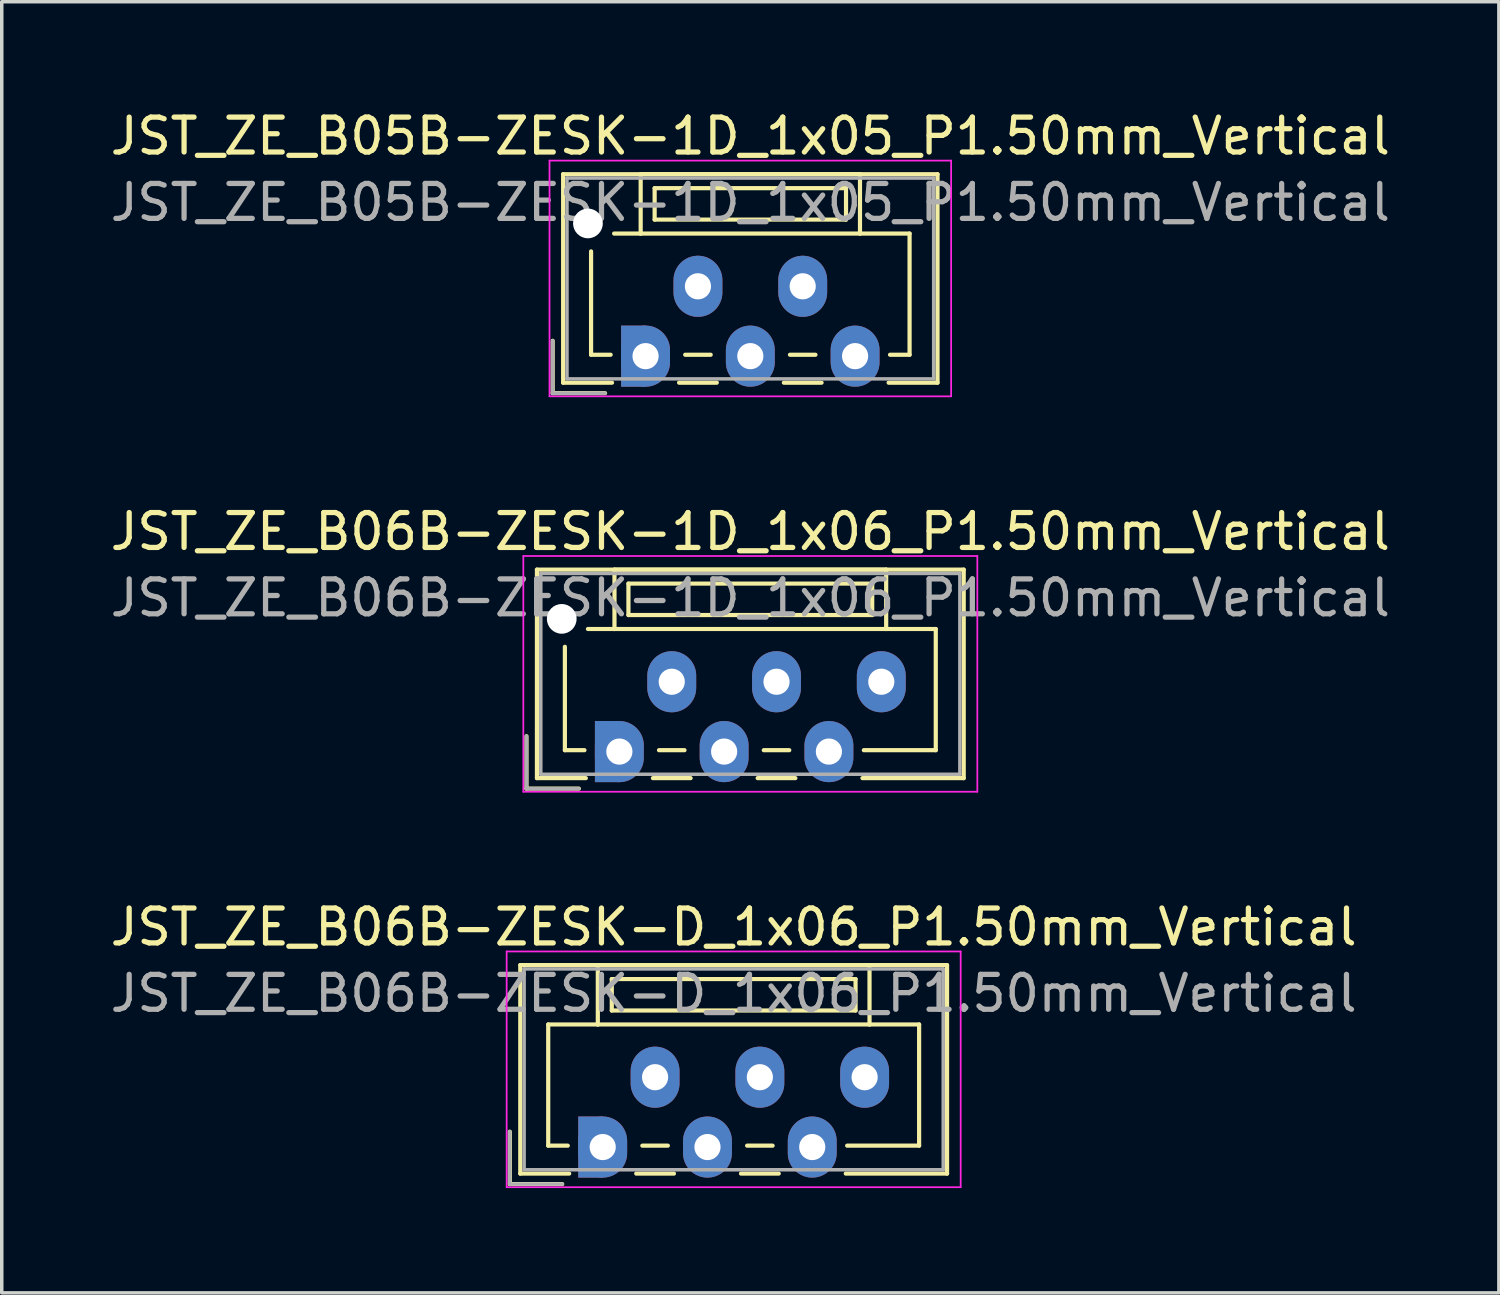
<source format=kicad_pcb>
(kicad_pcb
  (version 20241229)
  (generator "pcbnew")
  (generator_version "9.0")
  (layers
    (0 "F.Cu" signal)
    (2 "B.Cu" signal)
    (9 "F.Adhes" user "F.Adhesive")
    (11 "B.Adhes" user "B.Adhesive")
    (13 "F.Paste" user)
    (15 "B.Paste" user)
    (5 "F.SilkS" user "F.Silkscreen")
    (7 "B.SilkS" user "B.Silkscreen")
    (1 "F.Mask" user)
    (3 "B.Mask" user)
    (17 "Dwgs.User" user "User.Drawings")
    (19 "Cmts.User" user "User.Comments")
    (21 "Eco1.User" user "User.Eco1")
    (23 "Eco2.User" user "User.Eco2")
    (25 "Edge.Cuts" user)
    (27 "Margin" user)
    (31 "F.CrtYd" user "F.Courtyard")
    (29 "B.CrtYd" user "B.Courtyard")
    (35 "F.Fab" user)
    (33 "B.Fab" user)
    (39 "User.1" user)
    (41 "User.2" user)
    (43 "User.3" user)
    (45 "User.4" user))
  (footprint "JST_ZE_B06B-ZESK-1D_1x06_P1.50mm_Vertical"
    (layer "F.Cu")
    (at 14.685 18.471)
    (property "Reference" "JST_ZE_B06B-ZESK-1D_1x06_P1.50mm_Vertical" (at 3.75 -6.3 0) (layer "F.SilkS") (effects (font (size 1 1) (thickness 0.15))))
    (attr through_hole)
    (fp_line (start -2.66 -0.44) (end -2.66 1.06) (stroke (width 0.12) (type solid)) (layer "F.SilkS"))
    (fp_line (start -2.66 1.06) (end -1.16 1.06) (stroke (width 0.12) (type solid)) (layer "F.SilkS"))
    (fp_line (start -2.36 -5.21) (end 9.86 -5.21) (stroke (width 0.12) (type solid)) (layer "F.SilkS"))
    (fp_line (start -2.36 0.76) (end -2.36 -5.21) (stroke (width 0.12) (type solid)) (layer "F.SilkS"))
    (fp_line (start -1.56 -3) (end -1.56 -0.04) (stroke (width 0.12) (type solid)) (layer "F.SilkS"))
    (fp_line (start -1.56 -0.04) (end -1 -0.04) (stroke (width 0.12) (type solid)) (layer "F.SilkS"))
    (fp_line (start -0.96 0.76) (end -2.36 0.76) (stroke (width 0.12) (type solid)) (layer "F.SilkS"))
    (fp_line (start -0.14 -5.21) (end -0.14 -3.51) (stroke (width 0.12) (type solid)) (layer "F.SilkS"))
    (fp_line (start -0.14 -3.51) (end -0.9 -3.51) (stroke (width 0.12) (type solid)) (layer "F.SilkS"))
    (fp_line (start -0.14 -3.51) (end 7.64 -3.51) (stroke (width 0.12) (type solid)) (layer "F.SilkS"))
    (fp_line (start 0.26 -4.81) (end 0.26 -3.91) (stroke (width 0.12) (type solid)) (layer "F.SilkS"))
    (fp_line (start 0.26 -3.91) (end 7.24 -3.91) (stroke (width 0.12) (type solid)) (layer "F.SilkS"))
    (fp_line (start 0.96 0.76) (end 2.04 0.76) (stroke (width 0.12) (type solid)) (layer "F.SilkS"))
    (fp_line (start 1.135 -0.04) (end 1.865 -0.04) (stroke (width 0.12) (type solid)) (layer "F.SilkS"))
    (fp_line (start 3.96 0.76) (end 5.04 0.76) (stroke (width 0.12) (type solid)) (layer "F.SilkS"))
    (fp_line (start 4.135 -0.04) (end 4.865 -0.04) (stroke (width 0.12) (type solid)) (layer "F.SilkS"))
    (fp_line (start 7.24 -4.81) (end 0.26 -4.81) (stroke (width 0.12) (type solid)) (layer "F.SilkS"))
    (fp_line (start 7.24 -3.91) (end 7.24 -4.81) (stroke (width 0.12) (type solid)) (layer "F.SilkS"))
    (fp_line (start 7.64 -5.21) (end -0.14 -5.21) (stroke (width 0.12) (type solid)) (layer "F.SilkS"))
    (fp_line (start 7.64 -3.51) (end 7.64 -5.21) (stroke (width 0.12) (type solid)) (layer "F.SilkS"))
    (fp_line (start 7.64 -3.51) (end 9.06 -3.51) (stroke (width 0.12) (type solid)) (layer "F.SilkS"))
    (fp_line (start 9.06 -3.51) (end 9.06 -0.04) (stroke (width 0.12) (type solid)) (layer "F.SilkS"))
    (fp_line (start 9.06 -0.04) (end 7 -0.04) (stroke (width 0.12) (type solid)) (layer "F.SilkS"))
    (fp_line (start 9.86 -5.21) (end 9.86 0.76) (stroke (width 0.12) (type solid)) (layer "F.SilkS"))
    (fp_line (start 9.86 0.76) (end 6.96 0.76) (stroke (width 0.12) (type solid)) (layer "F.SilkS"))
    (fp_line (start -2.75 -5.6) (end -2.75 1.15) (stroke (width 0.05) (type solid)) (layer "F.CrtYd"))
    (fp_line (start -2.75 1.15) (end 10.25 1.15) (stroke (width 0.05) (type solid)) (layer "F.CrtYd"))
    (fp_line (start 10.25 -5.6) (end -2.75 -5.6) (stroke (width 0.05) (type solid)) (layer "F.CrtYd"))
    (fp_line (start 10.25 1.15) (end 10.25 -5.6) (stroke (width 0.05) (type solid)) (layer "F.CrtYd"))
    (fp_line (start -2.66 -0.44) (end -2.66 1.06) (stroke (width 0.1) (type solid)) (layer "F.Fab"))
    (fp_line (start -2.66 1.06) (end -1.16 1.06) (stroke (width 0.1) (type solid)) (layer "F.Fab"))
    (fp_line (start -2.25 -5.1) (end -2.25 0.65) (stroke (width 0.1) (type solid)) (layer "F.Fab"))
    (fp_line (start -2.25 0.65) (end 9.75 0.65) (stroke (width 0.1) (type solid)) (layer "F.Fab"))
    (fp_line (start 9.75 -5.1) (end -2.25 -5.1) (stroke (width 0.1) (type solid)) (layer "F.Fab"))
    (fp_line (start 9.75 0.65) (end 9.75 -5.1) (stroke (width 0.1) (type solid)) (layer "F.Fab"))
    (fp_text user "${REFERENCE}" (at 3.75 -4.4 0) (layer "F.Fab") (effects (font (size 1 1) (thickness 0.15))))
    (pad "" np_thru_hole circle (at -1.65 -3.8) (size 0.85 0.85) (drill 0.85) (layers "*.Cu" "*.Mask"))
    (pad "1" smd rect (at -0.35 0) (size 0.7 1.75) (layers "F.Cu" "F.Mask"))
    (pad "1" smd rect (at -0.35 0) (size 0.7 1.75) (layers "B.Cu" "B.Mask"))
    (pad "1" thru_hole oval (at 0 0) (size 1.4 1.75) (drill 0.75) (layers "*.Cu" "*.Mask"))
    (pad "2" thru_hole oval (at 1.5 -2) (size 1.4 1.75) (drill 0.75) (layers "*.Cu" "*.Mask"))
    (pad "3" thru_hole oval (at 3 0) (size 1.4 1.75) (drill 0.75) (layers "*.Cu" "*.Mask"))
    (pad "4" thru_hole oval (at 4.5 -2) (size 1.4 1.75) (drill 0.75) (layers "*.Cu" "*.Mask"))
    (pad "5" thru_hole oval (at 6 0) (size 1.4 1.75) (drill 0.75) (layers "*.Cu" "*.Mask"))
    (pad "6" thru_hole oval (at 7.5 -2) (size 1.4 1.75) (drill 0.75) (layers "*.Cu" "*.Mask")))
  (footprint "JST_ZE_B06B-ZESK-D_1x06_P1.50mm_Vertical"
    (layer "F.Cu")
    (at 14.208 29.795)
    (property "Reference" "JST_ZE_B06B-ZESK-D_1x06_P1.50mm_Vertical" (at 3.75 -6.3 0) (layer "F.SilkS") (effects (font (size 1 1) (thickness 0.15))))
    (attr through_hole)
    (fp_line (start -2.66 -0.44) (end -2.66 1.06) (stroke (width 0.12) (type solid)) (layer "F.SilkS"))
    (fp_line (start -2.66 1.06) (end -1.16 1.06) (stroke (width 0.12) (type solid)) (layer "F.SilkS"))
    (fp_line (start -2.36 -5.21) (end 9.86 -5.21) (stroke (width 0.12) (type solid)) (layer "F.SilkS"))
    (fp_line (start -2.36 0.76) (end -2.36 -5.21) (stroke (width 0.12) (type solid)) (layer "F.SilkS"))
    (fp_line (start -1.56 -3.51) (end -1.56 -0.04) (stroke (width 0.12) (type solid)) (layer "F.SilkS"))
    (fp_line (start -1.56 -0.04) (end -1 -0.04) (stroke (width 0.12) (type solid)) (layer "F.SilkS"))
    (fp_line (start -0.96 0.76) (end -2.36 0.76) (stroke (width 0.12) (type solid)) (layer "F.SilkS"))
    (fp_line (start -0.14 -5.21) (end -0.14 -3.51) (stroke (width 0.12) (type solid)) (layer "F.SilkS"))
    (fp_line (start -0.14 -3.51) (end -1.56 -3.51) (stroke (width 0.12) (type solid)) (layer "F.SilkS"))
    (fp_line (start -0.14 -3.51) (end 7.64 -3.51) (stroke (width 0.12) (type solid)) (layer "F.SilkS"))
    (fp_line (start 0.26 -4.81) (end 0.26 -3.91) (stroke (width 0.12) (type solid)) (layer "F.SilkS"))
    (fp_line (start 0.26 -3.91) (end 7.24 -3.91) (stroke (width 0.12) (type solid)) (layer "F.SilkS"))
    (fp_line (start 0.96 0.76) (end 2.04 0.76) (stroke (width 0.12) (type solid)) (layer "F.SilkS"))
    (fp_line (start 1.135 -0.04) (end 1.865 -0.04) (stroke (width 0.12) (type solid)) (layer "F.SilkS"))
    (fp_line (start 3.96 0.76) (end 5.04 0.76) (stroke (width 0.12) (type solid)) (layer "F.SilkS"))
    (fp_line (start 4.135 -0.04) (end 4.865 -0.04) (stroke (width 0.12) (type solid)) (layer "F.SilkS"))
    (fp_line (start 7.24 -4.81) (end 0.26 -4.81) (stroke (width 0.12) (type solid)) (layer "F.SilkS"))
    (fp_line (start 7.24 -3.91) (end 7.24 -4.81) (stroke (width 0.12) (type solid)) (layer "F.SilkS"))
    (fp_line (start 7.64 -5.21) (end -0.14 -5.21) (stroke (width 0.12) (type solid)) (layer "F.SilkS"))
    (fp_line (start 7.64 -3.51) (end 7.64 -5.21) (stroke (width 0.12) (type solid)) (layer "F.SilkS"))
    (fp_line (start 7.64 -3.51) (end 9.06 -3.51) (stroke (width 0.12) (type solid)) (layer "F.SilkS"))
    (fp_line (start 9.06 -3.51) (end 9.06 -0.04) (stroke (width 0.12) (type solid)) (layer "F.SilkS"))
    (fp_line (start 9.06 -0.04) (end 7 -0.04) (stroke (width 0.12) (type solid)) (layer "F.SilkS"))
    (fp_line (start 9.86 -5.21) (end 9.86 0.76) (stroke (width 0.12) (type solid)) (layer "F.SilkS"))
    (fp_line (start 9.86 0.76) (end 6.96 0.76) (stroke (width 0.12) (type solid)) (layer "F.SilkS"))
    (fp_line (start -2.75 -5.6) (end -2.75 1.15) (stroke (width 0.05) (type solid)) (layer "F.CrtYd"))
    (fp_line (start -2.75 1.15) (end 10.25 1.15) (stroke (width 0.05) (type solid)) (layer "F.CrtYd"))
    (fp_line (start 10.25 -5.6) (end -2.75 -5.6) (stroke (width 0.05) (type solid)) (layer "F.CrtYd"))
    (fp_line (start 10.25 1.15) (end 10.25 -5.6) (stroke (width 0.05) (type solid)) (layer "F.CrtYd"))
    (fp_line (start -2.66 -0.44) (end -2.66 1.06) (stroke (width 0.1) (type solid)) (layer "F.Fab"))
    (fp_line (start -2.66 1.06) (end -1.16 1.06) (stroke (width 0.1) (type solid)) (layer "F.Fab"))
    (fp_line (start -2.25 -5.1) (end -2.25 0.65) (stroke (width 0.1) (type solid)) (layer "F.Fab"))
    (fp_line (start -2.25 0.65) (end 9.75 0.65) (stroke (width 0.1) (type solid)) (layer "F.Fab"))
    (fp_line (start 9.75 -5.1) (end -2.25 -5.1) (stroke (width 0.1) (type solid)) (layer "F.Fab"))
    (fp_line (start 9.75 0.65) (end 9.75 -5.1) (stroke (width 0.1) (type solid)) (layer "F.Fab"))
    (fp_text user "${REFERENCE}" (at 3.75 -4.4 0) (layer "F.Fab") (effects (font (size 1 1) (thickness 0.15))))
    (pad "1" smd rect (at -0.35 0) (size 0.7 1.75) (layers "F.Cu" "F.Mask"))
    (pad "1" smd rect (at -0.35 0) (size 0.7 1.75) (layers "B.Cu" "B.Mask"))
    (pad "1" thru_hole oval (at 0 0) (size 1.4 1.75) (drill 0.75) (layers "*.Cu" "*.Mask"))
    (pad "2" thru_hole oval (at 1.5 -2) (size 1.4 1.75) (drill 0.75) (layers "*.Cu" "*.Mask"))
    (pad "3" thru_hole oval (at 3 0) (size 1.4 1.75) (drill 0.75) (layers "*.Cu" "*.Mask"))
    (pad "4" thru_hole oval (at 4.5 -2) (size 1.4 1.75) (drill 0.75) (layers "*.Cu" "*.Mask"))
    (pad "5" thru_hole oval (at 6 0) (size 1.4 1.75) (drill 0.75) (layers "*.Cu" "*.Mask"))
    (pad "6" thru_hole oval (at 7.5 -2) (size 1.4 1.75) (drill 0.75) (layers "*.Cu" "*.Mask")))
  (footprint "JST_ZE_B05B-ZESK-1D_1x05_P1.50mm_Vertical"
    (layer "F.Cu")
    (at 15.435 7.148)
    (property "Reference" "JST_ZE_B05B-ZESK-1D_1x05_P1.50mm_Vertical" (at 3 -6.3 0) (layer "F.SilkS") (effects (font (size 1 1) (thickness 0.15))))
    (attr through_hole)
    (fp_line (start -2.66 -0.44) (end -2.66 1.06) (stroke (width 0.12) (type solid)) (layer "F.SilkS"))
    (fp_line (start -2.66 1.06) (end -1.16 1.06) (stroke (width 0.12) (type solid)) (layer "F.SilkS"))
    (fp_line (start -2.36 -5.21) (end 8.36 -5.21) (stroke (width 0.12) (type solid)) (layer "F.SilkS"))
    (fp_line (start -2.36 0.76) (end -2.36 -5.21) (stroke (width 0.12) (type solid)) (layer "F.SilkS"))
    (fp_line (start -1.56 -3) (end -1.56 -0.04) (stroke (width 0.12) (type solid)) (layer "F.SilkS"))
    (fp_line (start -1.56 -0.04) (end -1 -0.04) (stroke (width 0.12) (type solid)) (layer "F.SilkS"))
    (fp_line (start -0.96 0.76) (end -2.36 0.76) (stroke (width 0.12) (type solid)) (layer "F.SilkS"))
    (fp_line (start -0.14 -5.21) (end -0.14 -3.51) (stroke (width 0.12) (type solid)) (layer "F.SilkS"))
    (fp_line (start -0.14 -3.51) (end -0.9 -3.51) (stroke (width 0.12) (type solid)) (layer "F.SilkS"))
    (fp_line (start -0.14 -3.51) (end 6.14 -3.51) (stroke (width 0.12) (type solid)) (layer "F.SilkS"))
    (fp_line (start 0.26 -4.81) (end 0.26 -3.91) (stroke (width 0.12) (type solid)) (layer "F.SilkS"))
    (fp_line (start 0.26 -3.91) (end 5.74 -3.91) (stroke (width 0.12) (type solid)) (layer "F.SilkS"))
    (fp_line (start 0.96 0.76) (end 2.04 0.76) (stroke (width 0.12) (type solid)) (layer "F.SilkS"))
    (fp_line (start 1.135 -0.04) (end 1.865 -0.04) (stroke (width 0.12) (type solid)) (layer "F.SilkS"))
    (fp_line (start 3.96 0.76) (end 5.04 0.76) (stroke (width 0.12) (type solid)) (layer "F.SilkS"))
    (fp_line (start 4.135 -0.04) (end 4.865 -0.04) (stroke (width 0.12) (type solid)) (layer "F.SilkS"))
    (fp_line (start 5.74 -4.81) (end 0.26 -4.81) (stroke (width 0.12) (type solid)) (layer "F.SilkS"))
    (fp_line (start 5.74 -3.91) (end 5.74 -4.81) (stroke (width 0.12) (type solid)) (layer "F.SilkS"))
    (fp_line (start 6.14 -5.21) (end -0.14 -5.21) (stroke (width 0.12) (type solid)) (layer "F.SilkS"))
    (fp_line (start 6.14 -3.51) (end 6.14 -5.21) (stroke (width 0.12) (type solid)) (layer "F.SilkS"))
    (fp_line (start 6.14 -3.51) (end 7.56 -3.51) (stroke (width 0.12) (type solid)) (layer "F.SilkS"))
    (fp_line (start 7.56 -3.51) (end 7.56 -0.04) (stroke (width 0.12) (type solid)) (layer "F.SilkS"))
    (fp_line (start 7.56 -0.04) (end 7 -0.04) (stroke (width 0.12) (type solid)) (layer "F.SilkS"))
    (fp_line (start 8.36 -5.21) (end 8.36 0.76) (stroke (width 0.12) (type solid)) (layer "F.SilkS"))
    (fp_line (start 8.36 0.76) (end 6.96 0.76) (stroke (width 0.12) (type solid)) (layer "F.SilkS"))
    (fp_line (start -2.75 -5.6) (end -2.75 1.15) (stroke (width 0.05) (type solid)) (layer "F.CrtYd"))
    (fp_line (start -2.75 1.15) (end 8.75 1.15) (stroke (width 0.05) (type solid)) (layer "F.CrtYd"))
    (fp_line (start 8.75 -5.6) (end -2.75 -5.6) (stroke (width 0.05) (type solid)) (layer "F.CrtYd"))
    (fp_line (start 8.75 1.15) (end 8.75 -5.6) (stroke (width 0.05) (type solid)) (layer "F.CrtYd"))
    (fp_line (start -2.66 -0.44) (end -2.66 1.06) (stroke (width 0.1) (type solid)) (layer "F.Fab"))
    (fp_line (start -2.66 1.06) (end -1.16 1.06) (stroke (width 0.1) (type solid)) (layer "F.Fab"))
    (fp_line (start -2.25 -5.1) (end -2.25 0.65) (stroke (width 0.1) (type solid)) (layer "F.Fab"))
    (fp_line (start -2.25 0.65) (end 8.25 0.65) (stroke (width 0.1) (type solid)) (layer "F.Fab"))
    (fp_line (start 8.25 -5.1) (end -2.25 -5.1) (stroke (width 0.1) (type solid)) (layer "F.Fab"))
    (fp_line (start 8.25 0.65) (end 8.25 -5.1) (stroke (width 0.1) (type solid)) (layer "F.Fab"))
    (fp_text user "${REFERENCE}" (at 3 -4.4 0) (layer "F.Fab") (effects (font (size 1 1) (thickness 0.15))))
    (pad "" np_thru_hole circle (at -1.65 -3.8) (size 0.85 0.85) (drill 0.85) (layers "*.Cu" "*.Mask"))
    (pad "1" smd rect (at -0.35 0) (size 0.7 1.75) (layers "F.Cu" "F.Mask"))
    (pad "1" smd rect (at -0.35 0) (size 0.7 1.75) (layers "B.Cu" "B.Mask"))
    (pad "1" thru_hole oval (at 0 0) (size 1.4 1.75) (drill 0.75) (layers "*.Cu" "*.Mask"))
    (pad "2" thru_hole oval (at 1.5 -2) (size 1.4 1.75) (drill 0.75) (layers "*.Cu" "*.Mask"))
    (pad "3" thru_hole oval (at 3 0) (size 1.4 1.75) (drill 0.75) (layers "*.Cu" "*.Mask"))
    (pad "4" thru_hole oval (at 4.5 -2) (size 1.4 1.75) (drill 0.75) (layers "*.Cu" "*.Mask"))
    (pad "5" thru_hole oval (at 6 0) (size 1.4 1.75) (drill 0.75) (layers "*.Cu" "*.Mask")))
  (gr_rect
    (start -3 -3)
    (end 39.869 33.97)
    (stroke (width 0.1) (type default))
    (fill no)
    (layer "Edge.Cuts")))
</source>
